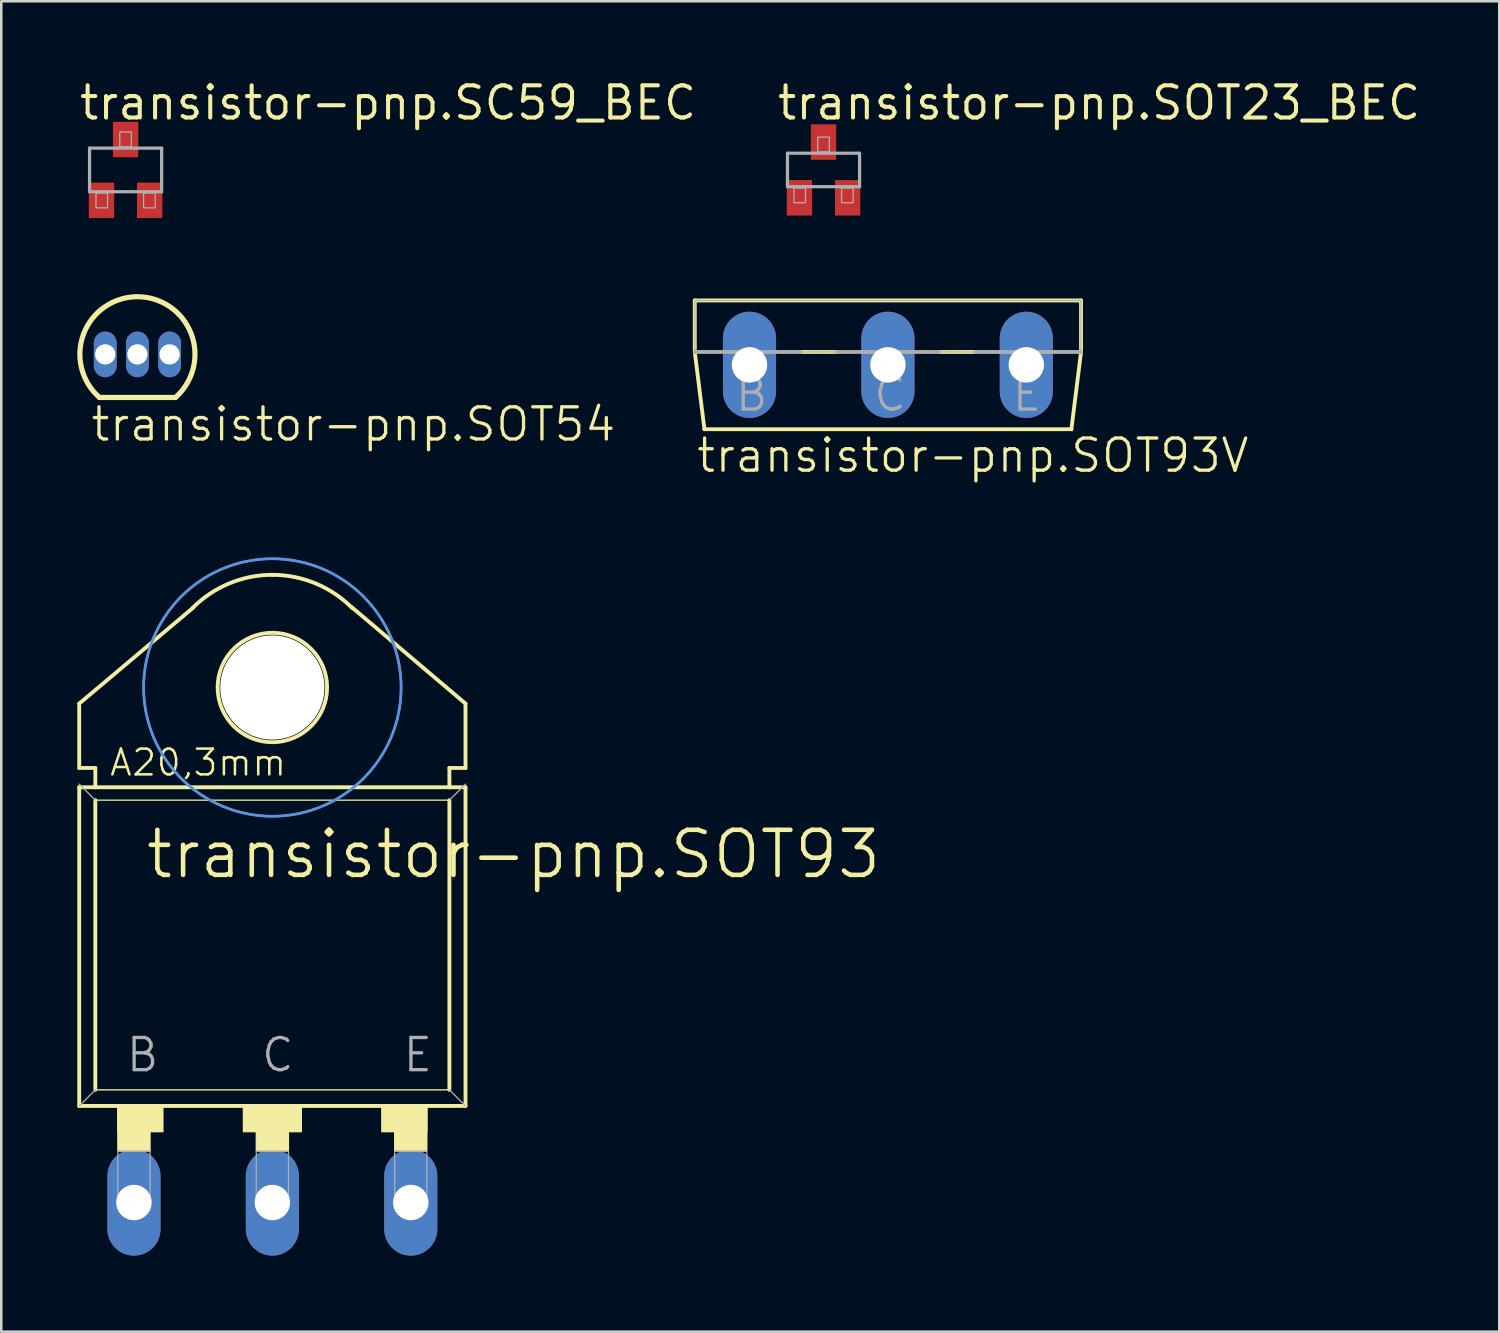
<source format=kicad_pcb>
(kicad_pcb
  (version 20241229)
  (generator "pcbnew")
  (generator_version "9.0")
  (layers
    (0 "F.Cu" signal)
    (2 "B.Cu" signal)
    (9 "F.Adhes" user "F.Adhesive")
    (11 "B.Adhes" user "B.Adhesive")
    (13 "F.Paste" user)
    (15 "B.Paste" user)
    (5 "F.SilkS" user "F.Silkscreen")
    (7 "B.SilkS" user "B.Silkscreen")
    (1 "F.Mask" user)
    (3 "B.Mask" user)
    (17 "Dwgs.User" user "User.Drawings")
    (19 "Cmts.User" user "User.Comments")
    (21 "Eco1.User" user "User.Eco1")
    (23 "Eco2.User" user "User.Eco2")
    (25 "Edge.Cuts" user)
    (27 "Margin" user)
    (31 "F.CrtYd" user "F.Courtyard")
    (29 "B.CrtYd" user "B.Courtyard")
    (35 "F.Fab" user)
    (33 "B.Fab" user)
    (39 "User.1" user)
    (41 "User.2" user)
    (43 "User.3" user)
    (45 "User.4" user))
  (footprint "transistor-pnp.SOT54"
    (layer "F.Cu")
    (at 2.372 10.932)
    (property "Reference" "transistor-pnp.SOT54" (at -1.905 3.5 0) (layer "F.SilkS") (effects (font (size 1.27 1.27) (thickness 0.13)) (justify left bottom)))
    (attr through_hole)
    (fp_line (start -1.5 1.7) (end 1.5 1.7) (stroke (width 0.203) (type default)) (layer "F.SilkS"))
    (fp_arc (start -1.500001 1.700001) (mid -0.000001 -2.275196) (end 1.500002 1.7) (stroke (width 0.2032) (type default)) (layer "F.SilkS"))
    (pad "1" thru_hole oval (at 1.27 0 90) (size 1.8 0.9) (drill 0.8) (layers "*.Cu" "*.Mask"))
    (pad "2" thru_hole oval (at 0 0 90) (size 1.8 0.9) (drill 0.8) (layers "*.Cu" "*.Mask"))
    (pad "3" thru_hole oval (at -1.27 0 90) (size 1.8 0.9) (drill 0.8) (layers "*.Cu" "*.Mask")))
  (footprint "transistor-pnp.SC59_BEC"
    (layer "F.Cu")
    (at 1.905 3.655)
    (property "Reference" "transistor-pnp.SC59_BEC" (at -1.905 -1.905 0) (layer "F.SilkS") (effects (font (size 1.27 1.27) (thickness 0.16)) (justify left bottom)))
    (attr smd)
    (fp_line (start -1.422 -0.86) (end 1.422 -0.86) (stroke (width 0.127) (type default)) (layer "F.Fab"))
    (fp_line (start -1.422 0.86) (end -1.422 -0.86) (stroke (width 0.127) (type default)) (layer "F.Fab"))
    (fp_line (start 1.422 -0.86) (end 1.422 0.86) (stroke (width 0.127) (type default)) (layer "F.Fab"))
    (fp_line (start 1.422 0.86) (end -1.422 0.86) (stroke (width 0.127) (type default)) (layer "F.Fab"))
    (fp_rect (start -1.168 1.495) (end -0.711 0.911) (stroke (width 0.05) (type default)) (fill no) (layer "F.Fab"))
    (fp_rect (start -0.229 -0.911) (end 0.229 -1.495) (stroke (width 0.05) (type default)) (fill no) (layer "F.Fab"))
    (fp_rect (start 0.711 1.495) (end 1.168 0.911) (stroke (width 0.05) (type default)) (fill no) (layer "F.Fab"))
    (pad "B" smd roundrect (at -0.95 1.2) (size 1 1.4) (layers "F.Cu" "F.Mask" "F.Paste") (roundrect_rratio 0.01))
    (pad "C" smd roundrect (at 0 -1.2) (size 1 1.4) (layers "F.Cu" "F.Mask" "F.Paste") (roundrect_rratio 0.01))
    (pad "E" smd roundrect (at 0.95 1.2) (size 1 1.4) (layers "F.Cu" "F.Mask" "F.Paste") (roundrect_rratio 0.01)))
  (footprint "transistor-pnp.SOT23_BEC"
    (layer "F.Cu")
    (at 29.442 3.655)
    (property "Reference" "transistor-pnp.SOT23_BEC" (at -1.905 -1.905 0) (layer "F.SilkS") (effects (font (size 1.27 1.27) (thickness 0.16)) (justify left bottom)))
    (attr smd)
    (fp_line (start -1.422 -0.66) (end 1.422 -0.66) (stroke (width 0.127) (type default)) (layer "F.Fab"))
    (fp_line (start -1.422 0.66) (end -1.422 -0.66) (stroke (width 0.127) (type default)) (layer "F.Fab"))
    (fp_line (start 1.422 -0.66) (end 1.422 0.66) (stroke (width 0.127) (type default)) (layer "F.Fab"))
    (fp_line (start 1.422 0.66) (end -1.422 0.66) (stroke (width 0.127) (type default)) (layer "F.Fab"))
    (fp_rect (start -1.168 1.295) (end -0.711 0.711) (stroke (width 0.05) (type default)) (fill no) (layer "F.Fab"))
    (fp_rect (start -0.229 -0.711) (end 0.229 -1.295) (stroke (width 0.05) (type default)) (fill no) (layer "F.Fab"))
    (fp_rect (start 0.711 1.295) (end 1.168 0.711) (stroke (width 0.05) (type default)) (fill no) (layer "F.Fab"))
    (pad "B" smd roundrect (at -0.95 1.1) (size 1 1.4) (layers "F.Cu" "F.Mask" "F.Paste") (roundrect_rratio 0.01))
    (pad "C" smd roundrect (at 0 -1.1) (size 1 1.4) (layers "F.Cu" "F.Mask" "F.Paste") (roundrect_rratio 0.01))
    (pad "E" smd roundrect (at 0.95 1.1) (size 1 1.4) (layers "F.Cu" "F.Mask" "F.Paste") (roundrect_rratio 0.01)))
  (footprint "transistor-pnp.SOT93V"
    (layer "F.Cu")
    (at 31.982 8.805)
    (property "Reference" "transistor-pnp.SOT93V" (at -7.62 6.858 0) (layer "F.SilkS") (effects (font (size 1.27 1.27) (thickness 0.13)) (justify left bottom)))
    (attr through_hole)
    (fp_line (start -7.62 0) (end -7.62 2.032) (stroke (width 0.152) (type default)) (layer "F.SilkS"))
    (fp_line (start -7.62 0) (end 7.62 0) (stroke (width 0.152) (type default)) (layer "F.SilkS"))
    (fp_line (start -7.62 2.032) (end -7.239 5.08) (stroke (width 0.152) (type default)) (layer "F.SilkS"))
    (fp_line (start -7.239 5.08) (end 7.239 5.08) (stroke (width 0.152) (type default)) (layer "F.SilkS"))
    (fp_line (start -2.032 2.032) (end -3.429 2.032) (stroke (width 0.152) (type default)) (layer "F.SilkS"))
    (fp_line (start 3.429 2.032) (end 2.032 2.032) (stroke (width 0.152) (type default)) (layer "F.SilkS"))
    (fp_line (start 7.62 0) (end 7.62 2.032) (stroke (width 0.152) (type default)) (layer "F.SilkS"))
    (fp_line (start 7.62 2.032) (end 7.239 5.08) (stroke (width 0.152) (type default)) (layer "F.SilkS"))
    (fp_line (start -3.429 2.032) (end -7.62 2.032) (stroke (width 0.152) (type default)) (layer "F.Fab"))
    (fp_line (start 2.032 2.032) (end -2.032 2.032) (stroke (width 0.152) (type default)) (layer "F.Fab"))
    (fp_line (start 7.62 2.032) (end 3.429 2.032) (stroke (width 0.152) (type default)) (layer "F.Fab"))
    (fp_rect (start -7.62 2.032) (end 7.62 0) (stroke (width 0.05) (type default)) (fill no) (layer "F.Fab"))
    (fp_text user "B" (at -6.096 4.445 0) (layer "F.Fab") (effects (font (size 1.27 1.27) (thickness 0.13)) (justify left bottom)))
    (fp_text user "E" (at 4.826 4.445 0) (layer "F.Fab") (effects (font (size 1.27 1.27) (thickness 0.13)) (justify left bottom)))
    (fp_text user "C" (at -0.635 4.445 0) (layer "F.Fab") (effects (font (size 1.27 1.27) (thickness 0.13)) (justify left bottom)))
    (pad "B" thru_hole oval (at -5.461 2.54 90) (size 4.191 2.095) (drill 1.397) (layers "*.Cu" "*.Mask"))
    (pad "C" thru_hole oval (at 0 2.54 90) (size 4.191 2.095) (drill 1.397) (layers "*.Cu" "*.Mask"))
    (pad "E" thru_hole oval (at 5.461 2.54 90) (size 4.191 2.095) (drill 1.397) (layers "*.Cu" "*.Mask")))
  (footprint "transistor-pnp.SOT93"
    (layer "F.Cu")
    (at 7.696 34.235)
    (property "Reference" "transistor-pnp.SOT93" (at -5.08 -2.54 0) (layer "F.SilkS") (effects (font (size 1.778 1.778) (thickness 0.18)) (justify left bottom)))
    (attr through_hole)
    (fp_line (start -7.62 -9.525) (end -3.124 -13.31) (stroke (width 0.152) (type default)) (layer "F.SilkS"))
    (fp_line (start -7.62 -6.985) (end -7.62 -9.525) (stroke (width 0.152) (type default)) (layer "F.SilkS"))
    (fp_line (start -7.62 6.35) (end -7.62 -6.223) (stroke (width 0.152) (type default)) (layer "F.SilkS"))
    (fp_line (start -7.62 6.35) (end 7.62 6.35) (stroke (width 0.152) (type default)) (layer "F.SilkS"))
    (fp_line (start -6.985 -6.985) (end -7.62 -6.985) (stroke (width 0.152) (type default)) (layer "F.SilkS"))
    (fp_line (start -6.985 -6.223) (end -7.62 -6.223) (stroke (width 0.152) (type default)) (layer "F.SilkS"))
    (fp_line (start -6.985 -6.223) (end -6.985 -6.985) (stroke (width 0.152) (type default)) (layer "F.SilkS"))
    (fp_line (start -6.985 5.715) (end -6.985 -5.715) (stroke (width 0.152) (type default)) (layer "F.SilkS"))
    (fp_line (start -6.985 5.715) (end 6.985 5.715) (stroke (width 0.051) (type default)) (layer "F.SilkS"))
    (fp_line (start 6.985 -6.985) (end 7.62 -6.985) (stroke (width 0.152) (type default)) (layer "F.SilkS"))
    (fp_line (start 6.985 -6.223) (end -6.985 -6.223) (stroke (width 0.152) (type default)) (layer "F.SilkS"))
    (fp_line (start 6.985 -6.223) (end 6.985 -6.985) (stroke (width 0.152) (type default)) (layer "F.SilkS"))
    (fp_line (start 6.985 -5.715) (end -6.985 -5.715) (stroke (width 0.051) (type default)) (layer "F.SilkS"))
    (fp_line (start 6.985 -5.715) (end 6.985 5.715) (stroke (width 0.152) (type default)) (layer "F.SilkS"))
    (fp_line (start 7.62 -9.525) (end 3.124 -13.335) (stroke (width 0.152) (type default)) (layer "F.SilkS"))
    (fp_line (start 7.62 -6.985) (end 7.62 -9.525) (stroke (width 0.152) (type default)) (layer "F.SilkS"))
    (fp_line (start 7.62 -6.223) (end 6.985 -6.223) (stroke (width 0.152) (type default)) (layer "F.SilkS"))
    (fp_line (start 7.62 -6.223) (end 7.62 6.35) (stroke (width 0.152) (type default)) (layer "F.SilkS"))
    (fp_rect (start -6.096 7.366) (end -4.318 6.35) (stroke (width 0.05) (type default)) (fill yes) (layer "F.SilkS"))
    (fp_rect (start -6.096 8.128) (end -4.826 6.35) (stroke (width 0.05) (type default)) (fill yes) (layer "F.SilkS"))
    (fp_rect (start -1.143 7.366) (end 1.143 6.35) (stroke (width 0.05) (type default)) (fill yes) (layer "F.SilkS"))
    (fp_rect (start -0.635 8.128) (end 0.635 6.35) (stroke (width 0.05) (type default)) (fill yes) (layer "F.SilkS"))
    (fp_rect (start 4.318 7.366) (end 6.096 6.35) (stroke (width 0.05) (type default)) (fill yes) (layer "F.SilkS"))
    (fp_rect (start 4.826 8.128) (end 6.096 6.35) (stroke (width 0.05) (type default)) (fill yes) (layer "F.SilkS"))
    (fp_arc (start -3.1431 -13.3031) (mid -1.701032 -14.266651) (end 0 -14.605) (stroke (width 0.1524) (type default)) (layer "F.SilkS"))
    (fp_arc (start 0 -14.605) (mid 1.701032 -14.266651) (end 3.1431 -13.3031) (stroke (width 0.1524) (type default)) (layer "F.SilkS"))
    (fp_circle (center 0 -10.16) (end 2.159 -10.16) (stroke (width 0.152) (type default)) (fill no) (layer "F.SilkS"))
    (fp_circle (center 0 -10.16) (end 5.08 -10.16) (stroke (width 0.1) (type default)) (fill no) (layer "Cmts.User"))
    (fp_circle (center 0 -10.16) (end 5.08 -10.16) (stroke (width 0.1) (type default)) (fill no) (layer "Cmts.User"))
    (fp_line (start -6.985 -5.715) (end -7.62 -6.35) (stroke (width 0.051) (type default)) (layer "F.Fab"))
    (fp_line (start -6.985 5.715) (end -7.62 6.35) (stroke (width 0.051) (type default)) (layer "F.Fab"))
    (fp_line (start 6.985 -5.715) (end 7.62 -6.35) (stroke (width 0.051) (type default)) (layer "F.Fab"))
    (fp_line (start 6.985 5.715) (end 7.62 6.35) (stroke (width 0.051) (type default)) (layer "F.Fab"))
    (fp_rect (start -6.096 10.287) (end -4.826 8.128) (stroke (width 0.05) (type default)) (fill no) (layer "F.Fab"))
    (fp_rect (start -0.635 10.287) (end 0.635 8.128) (stroke (width 0.05) (type default)) (fill no) (layer "F.Fab"))
    (fp_rect (start 4.826 10.287) (end 6.096 8.128) (stroke (width 0.05) (type default)) (fill no) (layer "F.Fab"))
    (fp_text user "A20,3mm" (at -6.477 -6.604 0) (layer "F.SilkS") (effects (font (size 1.016 1.016) (thickness 0.1)) (justify left bottom)))
    (fp_text user "B" (at -5.842 5.08 0) (layer "F.Fab") (effects (font (size 1.27 1.27) (thickness 0.13)) (justify left bottom)))
    (fp_text user "E" (at 5.08 5.08 0) (layer "F.Fab") (effects (font (size 1.27 1.27) (thickness 0.13)) (justify left bottom)))
    (fp_text user "C" (at -0.508 5.08 0) (layer "F.Fab") (effects (font (size 1.27 1.27) (thickness 0.13)) (justify left bottom)))
    (pad "" np_thru_hole circle (at 0 -10.16) (size 4.115 4.115) (drill 4.115) (layers "*.Cu" "*.Mask"))
    (pad "B" thru_hole oval (at -5.461 10.16 90) (size 4.191 2.095) (drill 1.397) (layers "*.Cu" "*.Mask"))
    (pad "C" thru_hole oval (at 0 10.16 90) (size 4.191 2.095) (drill 1.397) (layers "*.Cu" "*.Mask"))
    (pad "E" thru_hole oval (at 5.461 10.16 90) (size 4.191 2.095) (drill 1.397) (layers "*.Cu" "*.Mask")))
  (gr_rect
    (start -3 -3)
    (end 56.103 49.491)
    (stroke (width 0.1) (type default))
    (fill no)
    (layer "Edge.Cuts")))
</source>
